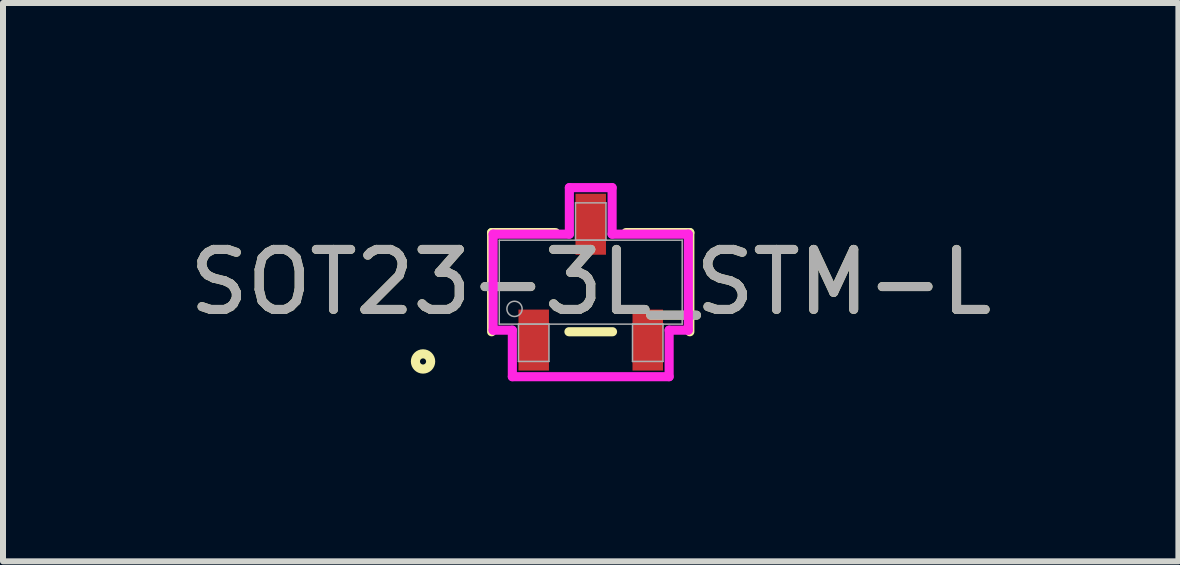
<source format=kicad_pcb>
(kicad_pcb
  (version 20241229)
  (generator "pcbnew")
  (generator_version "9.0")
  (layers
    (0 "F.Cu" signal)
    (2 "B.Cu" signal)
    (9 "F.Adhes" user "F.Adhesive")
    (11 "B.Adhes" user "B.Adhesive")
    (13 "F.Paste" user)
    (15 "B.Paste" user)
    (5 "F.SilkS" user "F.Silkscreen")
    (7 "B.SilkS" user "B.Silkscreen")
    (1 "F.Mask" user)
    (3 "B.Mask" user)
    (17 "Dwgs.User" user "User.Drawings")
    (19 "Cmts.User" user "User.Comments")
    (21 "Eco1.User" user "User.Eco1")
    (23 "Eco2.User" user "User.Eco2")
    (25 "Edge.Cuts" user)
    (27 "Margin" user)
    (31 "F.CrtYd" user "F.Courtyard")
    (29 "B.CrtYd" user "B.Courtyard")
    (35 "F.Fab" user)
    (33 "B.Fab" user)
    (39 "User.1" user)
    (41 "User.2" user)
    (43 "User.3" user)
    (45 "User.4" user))
  (footprint "SOT23-3L_STM-L"
    (layer "F.Cu")
    (at 6.792 1.651)
    (property "Reference" "SOT23-3L_STM-L" (at 0 0 0) (unlocked yes) (layer "F.SilkS") (effects (font (size 1 1) (thickness 0.15))))
    (attr smd)
    (fp_line (start -1.651 -0.826) (end -1.651 0.826) (stroke (width 0.152) (type solid)) (layer "F.SilkS"))
    (fp_line (start -0.587 -0.826) (end -1.651 -0.826) (stroke (width 0.152) (type solid)) (layer "F.SilkS"))
    (fp_line (start -0.363 0.826) (end 0.363 0.826) (stroke (width 0.152) (type solid)) (layer "F.SilkS"))
    (fp_line (start 1.651 -0.826) (end 0.587 -0.826) (stroke (width 0.152) (type solid)) (layer "F.SilkS"))
    (fp_line (start 1.651 0.826) (end 1.651 -0.826) (stroke (width 0.152) (type solid)) (layer "F.SilkS"))
    (fp_circle (center -2.794 1.321) (end -2.667 1.321) (stroke (width 0.152) (type solid)) (fill no) (layer "F.SilkS"))
    (fp_line (start -1.626 -0.8) (end -0.356 -0.8) (stroke (width 0.152) (type solid)) (layer "F.CrtYd"))
    (fp_line (start -1.626 0.8) (end -1.626 -0.8) (stroke (width 0.152) (type solid)) (layer "F.CrtYd"))
    (fp_line (start -1.626 0.8) (end -1.306 0.8) (stroke (width 0.152) (type solid)) (layer "F.CrtYd"))
    (fp_line (start -1.306 0.8) (end -1.306 1.575) (stroke (width 0.152) (type solid)) (layer "F.CrtYd"))
    (fp_line (start -1.306 1.575) (end 1.306 1.575) (stroke (width 0.152) (type solid)) (layer "F.CrtYd"))
    (fp_line (start -0.356 -1.575) (end 0.356 -1.575) (stroke (width 0.152) (type solid)) (layer "F.CrtYd"))
    (fp_line (start -0.356 -0.8) (end -0.356 -1.575) (stroke (width 0.152) (type solid)) (layer "F.CrtYd"))
    (fp_line (start 0.356 -0.8) (end 0.356 -1.575) (stroke (width 0.152) (type solid)) (layer "F.CrtYd"))
    (fp_line (start 1.306 0.8) (end 1.306 1.575) (stroke (width 0.152) (type solid)) (layer "F.CrtYd"))
    (fp_line (start 1.626 -0.8) (end 0.356 -0.8) (stroke (width 0.152) (type solid)) (layer "F.CrtYd"))
    (fp_line (start 1.626 -0.8) (end 1.626 0.8) (stroke (width 0.152) (type solid)) (layer "F.CrtYd"))
    (fp_line (start 1.626 0.8) (end 1.306 0.8) (stroke (width 0.152) (type solid)) (layer "F.CrtYd"))
    (fp_line (start -1.524 -0.699) (end -1.524 0.699) (stroke (width 0.025) (type solid)) (layer "F.Fab"))
    (fp_line (start -1.524 0.699) (end 1.524 0.699) (stroke (width 0.025) (type solid)) (layer "F.Fab"))
    (fp_line (start -1.204 0.699) (end -1.204 1.321) (stroke (width 0.025) (type solid)) (layer "F.Fab"))
    (fp_line (start -1.204 1.321) (end -0.696 1.321) (stroke (width 0.025) (type solid)) (layer "F.Fab"))
    (fp_line (start -0.696 0.699) (end -1.204 0.699) (stroke (width 0.025) (type solid)) (layer "F.Fab"))
    (fp_line (start -0.696 1.321) (end -0.696 0.699) (stroke (width 0.025) (type solid)) (layer "F.Fab"))
    (fp_line (start -0.254 -1.321) (end -0.254 -0.699) (stroke (width 0.025) (type solid)) (layer "F.Fab"))
    (fp_line (start -0.254 -0.699) (end 0.254 -0.699) (stroke (width 0.025) (type solid)) (layer "F.Fab"))
    (fp_line (start 0.254 -1.321) (end -0.254 -1.321) (stroke (width 0.025) (type solid)) (layer "F.Fab"))
    (fp_line (start 0.254 -0.699) (end 0.254 -1.321) (stroke (width 0.025) (type solid)) (layer "F.Fab"))
    (fp_line (start 0.696 0.699) (end 0.696 1.321) (stroke (width 0.025) (type solid)) (layer "F.Fab"))
    (fp_line (start 0.696 1.321) (end 1.204 1.321) (stroke (width 0.025) (type solid)) (layer "F.Fab"))
    (fp_line (start 1.204 0.699) (end 0.696 0.699) (stroke (width 0.025) (type solid)) (layer "F.Fab"))
    (fp_line (start 1.204 1.321) (end 1.204 0.699) (stroke (width 0.025) (type solid)) (layer "F.Fab"))
    (fp_line (start 1.524 -0.699) (end -1.524 -0.699) (stroke (width 0.025) (type solid)) (layer "F.Fab"))
    (fp_line (start 1.524 0.699) (end 1.524 -0.699) (stroke (width 0.025) (type solid)) (layer "F.Fab"))
    (fp_circle (center -1.27 0.445) (end -1.143 0.445) (stroke (width 0.025) (type solid)) (fill no) (layer "F.Fab"))
    (fp_text user "${REFERENCE}" (at 0 0 0) (unlocked yes) (layer "F.Fab") (effects (font (size 1 1) (thickness 0.15))))
    (pad "1" smd rect (at -0.95 0.965) (size 0.508 1.016) (layers "F.Cu" "F.Mask" "F.Paste"))
    (pad "2" smd rect (at 0.95 0.965) (size 0.508 1.016) (layers "F.Cu" "F.Mask" "F.Paste"))
    (pad "3" smd rect (at 0 -0.965) (size 0.508 1.016) (layers "F.Cu" "F.Mask" "F.Paste")))
  (gr_rect
    (start -3 -3)
    (end 16.583 6.302)
    (stroke (width 0.1) (type default))
    (fill no)
    (layer "Edge.Cuts")))
</source>
